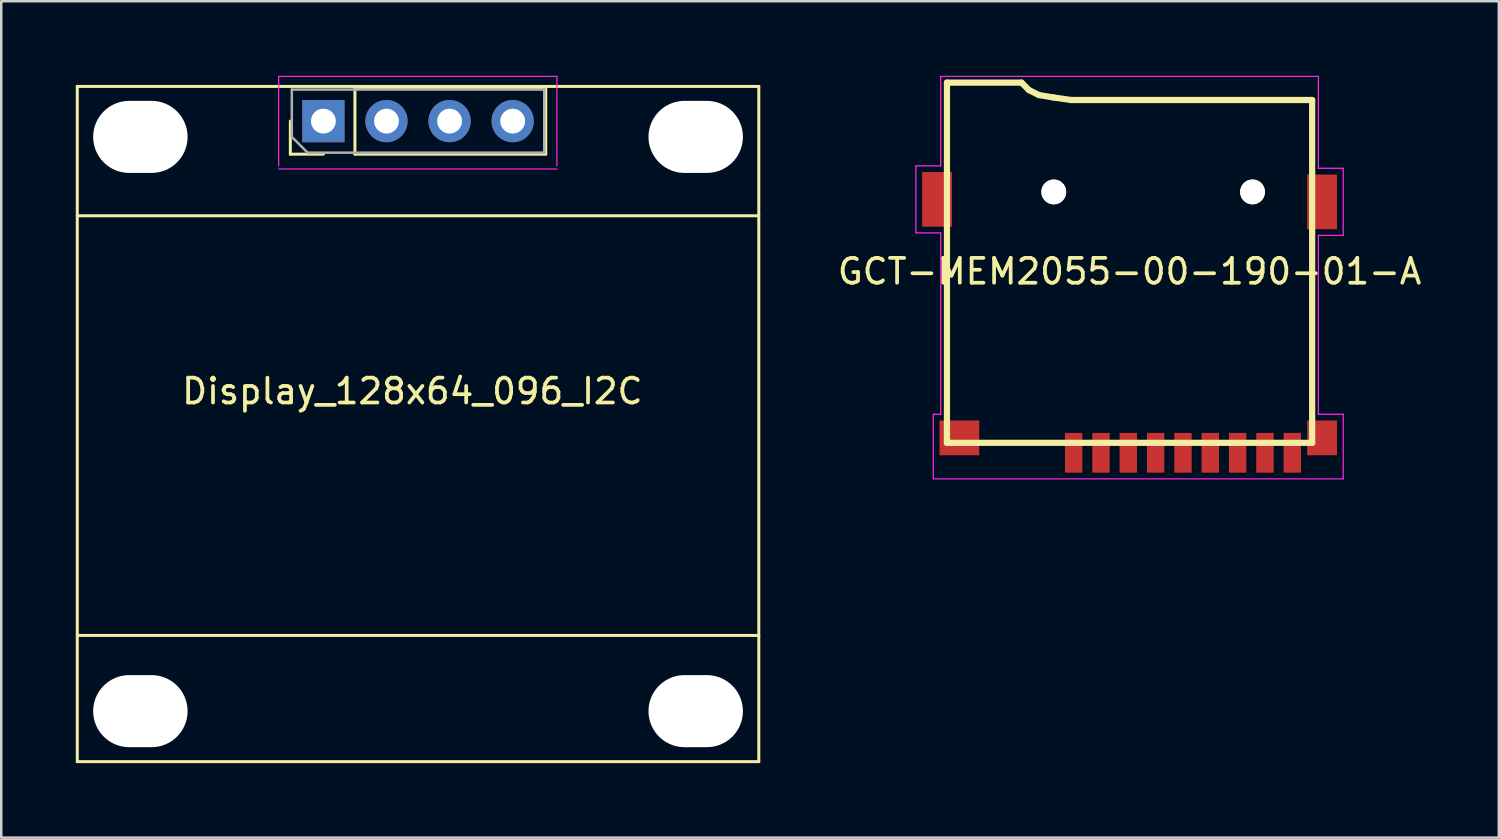
<source format=kicad_pcb>
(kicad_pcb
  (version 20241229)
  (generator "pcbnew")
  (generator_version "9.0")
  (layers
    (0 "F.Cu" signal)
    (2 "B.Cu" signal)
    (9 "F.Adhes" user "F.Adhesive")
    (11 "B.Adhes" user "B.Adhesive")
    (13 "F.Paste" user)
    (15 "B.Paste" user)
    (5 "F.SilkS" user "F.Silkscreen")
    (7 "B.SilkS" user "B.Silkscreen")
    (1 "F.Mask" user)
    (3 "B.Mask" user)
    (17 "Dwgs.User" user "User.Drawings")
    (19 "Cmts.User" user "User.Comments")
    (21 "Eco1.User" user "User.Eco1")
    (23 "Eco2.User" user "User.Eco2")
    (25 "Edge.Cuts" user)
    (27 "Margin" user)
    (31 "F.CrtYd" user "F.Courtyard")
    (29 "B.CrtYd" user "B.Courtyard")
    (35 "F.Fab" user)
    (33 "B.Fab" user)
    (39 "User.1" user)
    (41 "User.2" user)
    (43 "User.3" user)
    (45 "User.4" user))
  (footprint "GCT-MEM2055-00-190-01-A"
    (layer "F.Cu")
    (at 42.415 15.975)
    (property "Reference" "GCT-MEM2055-00-190-01-A" (at 0 -8.1 0) (layer "F.SilkS") (effects (font (size 1 1) (thickness 0.15))))
    (attr through_hole)
    (fp_line (start -7.35 -15.7) (end -7.35 -1.2) (stroke (width 0.25) (type solid)) (layer "F.SilkS"))
    (fp_line (start -4.35 -15.7) (end -7.35 -15.7) (stroke (width 0.25) (type solid)) (layer "F.SilkS"))
    (fp_line (start -4.05 -15.4) (end -4.35 -15.7) (stroke (width 0.25) (type solid)) (layer "F.SilkS"))
    (fp_line (start -3.65 -15.2) (end -4.05 -15.4) (stroke (width 0.25) (type solid)) (layer "F.SilkS"))
    (fp_line (start -3.05 -15.1) (end -3.65 -15.2) (stroke (width 0.25) (type solid)) (layer "F.SilkS"))
    (fp_line (start -2.35 -15) (end -3.05 -15.1) (stroke (width 0.25) (type solid)) (layer "F.SilkS"))
    (fp_line (start 7.35 -15) (end -2.35 -15) (stroke (width 0.25) (type solid)) (layer "F.SilkS"))
    (fp_line (start 7.35 -1.2) (end -7.35 -1.2) (stroke (width 0.25) (type solid)) (layer "F.SilkS"))
    (fp_line (start 7.35 -1.2) (end 7.35 -15) (stroke (width 0.25) (type solid)) (layer "F.SilkS"))
    (fp_line (start -8.6 -12.35) (end -8.6 -9.65) (stroke (width 0.05) (type solid)) (layer "F.CrtYd"))
    (fp_line (start -8.6 -12.35) (end -7.6 -12.35) (stroke (width 0.05) (type solid)) (layer "F.CrtYd"))
    (fp_line (start -8.6 -9.65) (end -7.6 -9.65) (stroke (width 0.05) (type solid)) (layer "F.CrtYd"))
    (fp_line (start -7.9 -2.35) (end -7.9 0.25) (stroke (width 0.05) (type solid)) (layer "F.CrtYd"))
    (fp_line (start -7.9 0.25) (end 8.6 0.25) (stroke (width 0.05) (type solid)) (layer "F.CrtYd"))
    (fp_line (start -7.6 -15.95) (end 7.6 -15.95) (stroke (width 0.05) (type solid)) (layer "F.CrtYd"))
    (fp_line (start -7.6 -12.35) (end -7.6 -15.95) (stroke (width 0.05) (type solid)) (layer "F.CrtYd"))
    (fp_line (start -7.6 -9.65) (end -7.6 -2.35) (stroke (width 0.05) (type solid)) (layer "F.CrtYd"))
    (fp_line (start -7.6 -2.35) (end -7.9 -2.35) (stroke (width 0.05) (type solid)) (layer "F.CrtYd"))
    (fp_line (start 7.6 -15.95) (end 7.6 -12.25) (stroke (width 0.05) (type solid)) (layer "F.CrtYd"))
    (fp_line (start 7.6 -12.25) (end 8.6 -12.25) (stroke (width 0.05) (type solid)) (layer "F.CrtYd"))
    (fp_line (start 7.6 -9.55) (end 7.6 -2.35) (stroke (width 0.05) (type solid)) (layer "F.CrtYd"))
    (fp_line (start 7.6 -9.55) (end 8.6 -9.55) (stroke (width 0.05) (type solid)) (layer "F.CrtYd"))
    (fp_line (start 7.6 -2.35) (end 8.6 -2.35) (stroke (width 0.05) (type solid)) (layer "F.CrtYd"))
    (fp_line (start 8.6 -12.25) (end 8.6 -9.55) (stroke (width 0.05) (type solid)) (layer "F.CrtYd"))
    (fp_line (start 8.6 -2.35) (end 8.6 0.25) (stroke (width 0.05) (type solid)) (layer "F.CrtYd"))
    (pad "" np_thru_hole circle (at -3.05 -11.3 180) (size 1 1) (drill 1) (layers "*.Cu" "*.Mask" "F.SilkS"))
    (pad "" np_thru_hole circle (at 4.95 -11.3 180) (size 1 1) (drill 1) (layers "*.Cu" "*.Mask" "F.SilkS"))
    (pad "1" smd rect (at -2.25 -0.8) (size 0.7 1.6) (layers "F.Cu" "F.Mask" "F.Paste"))
    (pad "2" smd rect (at -1.15 -0.8) (size 0.7 1.6) (layers "F.Cu" "F.Mask" "F.Paste"))
    (pad "3" smd rect (at -0.05 -0.8) (size 0.7 1.6) (layers "F.Cu" "F.Mask" "F.Paste"))
    (pad "4" smd rect (at 1.05 -0.8) (size 0.7 1.6) (layers "F.Cu" "F.Mask" "F.Paste"))
    (pad "5" smd rect (at 2.15 -0.8) (size 0.7 1.6) (layers "F.Cu" "F.Mask" "F.Paste"))
    (pad "6" smd rect (at 3.25 -0.8) (size 0.7 1.6) (layers "F.Cu" "F.Mask" "F.Paste"))
    (pad "7" smd rect (at 4.35 -0.8) (size 0.7 1.6) (layers "F.Cu" "F.Mask" "F.Paste"))
    (pad "8" smd rect (at 5.45 -0.8) (size 0.7 1.6) (layers "F.Cu" "F.Mask" "F.Paste"))
    (pad "9" smd rect (at 6.55 -0.8) (size 0.7 1.6) (layers "F.Cu" "F.Mask" "F.Paste"))
    (pad "10" smd rect (at -7.75 -11 180) (size 1.2 2.2) (layers "F.Cu" "F.Mask" "F.Paste"))
    (pad "10" smd rect (at -6.85 -1.4) (size 1.6 1.4) (layers "F.Cu" "F.Mask" "F.Paste"))
    (pad "10" smd rect (at 7.75 -10.9 180) (size 1.2 2.2) (layers "F.Cu" "F.Mask" "F.Paste"))
    (pad "10" smd rect (at 7.75 -1.4) (size 1.2 1.4) (layers "F.Cu" "F.Mask" "F.Paste")))
  (footprint "Display_128x64_096_I2C"
    (layer "F.Cu")
    (at 13.776 1.825)
    (property "Reference" "Display_128x64_096_I2C" (at -0.229 10.871 0) (layer "F.SilkS") (effects (font (size 1 1) (thickness 0.15))))
    (attr through_hole)
    (fp_line (start -13.716 -1.397) (end 13.716 -1.397) (stroke (width 0.12) (type solid)) (layer "F.SilkS"))
    (fp_line (start -13.716 3.81) (end 13.716 3.81) (stroke (width 0.12) (type solid)) (layer "F.SilkS"))
    (fp_line (start -13.716 20.701) (end 13.716 20.701) (stroke (width 0.12) (type solid)) (layer "F.SilkS"))
    (fp_line (start -13.716 25.781) (end -13.716 -1.397) (stroke (width 0.12) (type solid)) (layer "F.SilkS"))
    (fp_line (start -5.14 1.33) (end -5.14 0) (stroke (width 0.12) (type solid)) (layer "F.SilkS"))
    (fp_line (start -3.81 1.33) (end -5.14 1.33) (stroke (width 0.12) (type solid)) (layer "F.SilkS"))
    (fp_line (start -2.54 -1.33) (end 5.14 -1.33) (stroke (width 0.12) (type solid)) (layer "F.SilkS"))
    (fp_line (start -2.54 1.33) (end -2.54 -1.33) (stroke (width 0.12) (type solid)) (layer "F.SilkS"))
    (fp_line (start -2.54 1.33) (end 5.14 1.33) (stroke (width 0.12) (type solid)) (layer "F.SilkS"))
    (fp_line (start 5.14 1.33) (end 5.14 -1.33) (stroke (width 0.12) (type solid)) (layer "F.SilkS"))
    (fp_line (start 13.716 25.781) (end -13.716 25.781) (stroke (width 0.12) (type solid)) (layer "F.SilkS"))
    (fp_line (start 13.716 25.781) (end 13.716 -1.397) (stroke (width 0.12) (type solid)) (layer "F.SilkS"))
    (fp_line (start -5.61 -1.8) (end -5.61 1.8) (stroke (width 0.05) (type solid)) (layer "F.CrtYd"))
    (fp_line (start -5.61 1.927) (end 5.59 1.927) (stroke (width 0.05) (type solid)) (layer "F.CrtYd"))
    (fp_line (start 5.59 -1.8) (end -5.61 -1.8) (stroke (width 0.05) (type solid)) (layer "F.CrtYd"))
    (fp_line (start 5.59 1.8) (end 5.59 -1.8) (stroke (width 0.05) (type solid)) (layer "F.CrtYd"))
    (fp_line (start -5.08 -1.27) (end 5.08 -1.27) (stroke (width 0.1) (type solid)) (layer "F.Fab"))
    (fp_line (start -5.08 0.635) (end -5.08 -1.27) (stroke (width 0.1) (type solid)) (layer "F.Fab"))
    (fp_line (start -4.445 1.27) (end -5.08 0.635) (stroke (width 0.1) (type solid)) (layer "F.Fab"))
    (fp_line (start 5.08 -1.27) (end 5.08 1.27) (stroke (width 0.1) (type solid)) (layer "F.Fab"))
    (fp_line (start 5.08 1.27) (end -4.445 1.27) (stroke (width 0.1) (type solid)) (layer "F.Fab"))
    (pad "" np_thru_hole oval (at -11.176 0.635) (size 3.8 2.9) (drill oval 3.8 2.9) (layers "*.Cu" "*.Mask"))
    (pad "" np_thru_hole oval (at -11.176 23.749) (size 3.8 2.9) (drill oval 3.8 2.9) (layers "*.Cu" "*.Mask"))
    (pad "" np_thru_hole oval (at 11.176 0.635) (size 3.8 2.9) (drill oval 3.8 2.9) (layers "*.Cu" "*.Mask"))
    (pad "" np_thru_hole oval (at 11.176 23.749) (size 3.8 2.9) (drill oval 3.8 2.9) (layers "*.Cu" "*.Mask"))
    (pad "1" thru_hole rect (at -3.81 0 90) (size 1.7 1.7) (drill 1) (layers "*.Cu" "*.Mask"))
    (pad "2" thru_hole oval (at -1.27 0 90) (size 1.7 1.7) (drill 1) (layers "*.Cu" "*.Mask"))
    (pad "3" thru_hole oval (at 1.27 0 90) (size 1.7 1.7) (drill 1) (layers "*.Cu" "*.Mask"))
    (pad "4" thru_hole oval (at 3.81 0 90) (size 1.7 1.7) (drill 1) (layers "*.Cu" "*.Mask")))
  (gr_rect
    (start -3 -3)
    (end 57.278 30.666)
    (stroke (width 0.1) (type default))
    (fill no)
    (layer "Edge.Cuts")))
</source>
